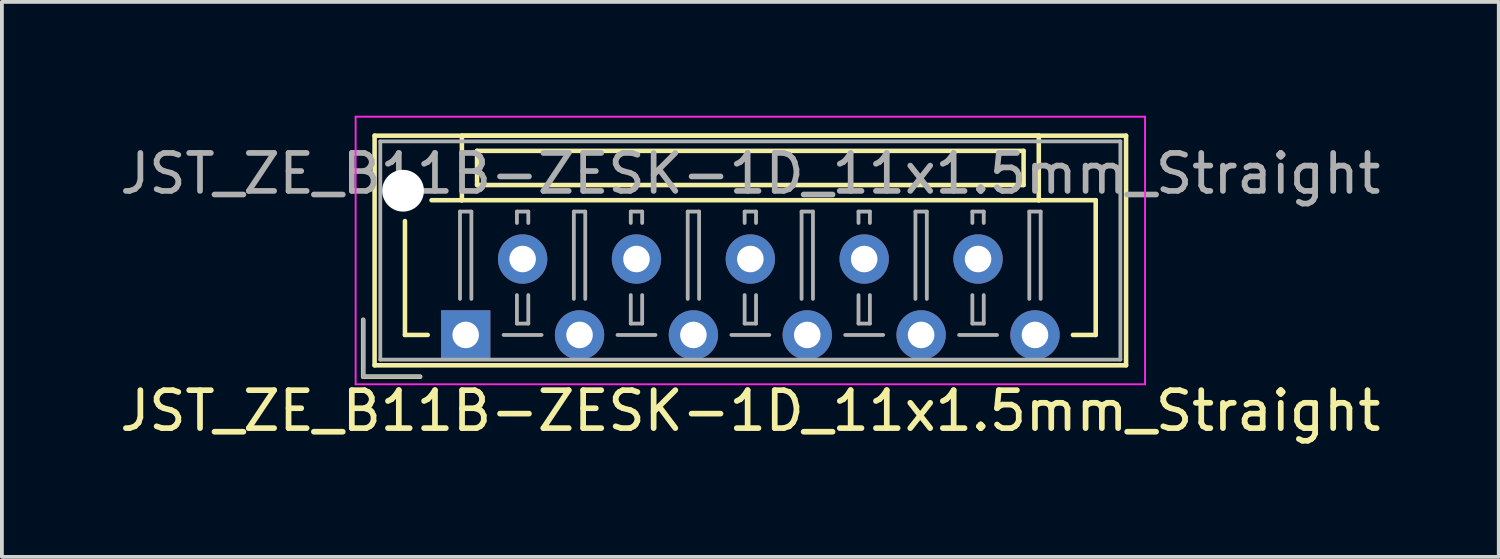
<source format=kicad_pcb>
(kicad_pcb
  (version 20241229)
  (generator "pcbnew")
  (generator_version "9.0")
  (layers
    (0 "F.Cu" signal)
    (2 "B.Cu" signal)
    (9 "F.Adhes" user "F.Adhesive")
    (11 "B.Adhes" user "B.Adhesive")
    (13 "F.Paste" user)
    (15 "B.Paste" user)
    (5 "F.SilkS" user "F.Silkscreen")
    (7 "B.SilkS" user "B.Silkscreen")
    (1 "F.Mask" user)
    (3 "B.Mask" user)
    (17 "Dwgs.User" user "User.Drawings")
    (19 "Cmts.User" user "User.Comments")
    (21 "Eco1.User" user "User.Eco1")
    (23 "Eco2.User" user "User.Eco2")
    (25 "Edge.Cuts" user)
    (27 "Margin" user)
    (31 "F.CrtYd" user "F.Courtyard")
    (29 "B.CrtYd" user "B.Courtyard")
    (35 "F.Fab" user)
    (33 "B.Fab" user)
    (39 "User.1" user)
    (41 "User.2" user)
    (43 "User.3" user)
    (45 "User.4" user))
  (footprint "JST_ZE_B11B-ZESK-1D_11x1.5mm_Straight"
    (layer "F.Cu")
    (at 9.22 5.775)
    (property "Reference" "JST_ZE_B11B-ZESK-1D_11x1.5mm_Straight" (at 7.5 2 0) (layer "F.SilkS") (effects (font (size 1 1) (thickness 0.15))))
    (attr through_hole)
    (fp_line (start -2.7 -0.4) (end -2.7 1.1) (stroke (width 0.12) (type solid)) (layer "F.SilkS"))
    (fp_line (start -2.7 1.1) (end -1.2 1.1) (stroke (width 0.12) (type solid)) (layer "F.SilkS"))
    (fp_line (start -2.4 -5.25) (end -2.4 0.8) (stroke (width 0.12) (type solid)) (layer "F.SilkS"))
    (fp_line (start -2.4 0.8) (end 17.4 0.8) (stroke (width 0.12) (type solid)) (layer "F.SilkS"))
    (fp_line (start -1.6 -3) (end -1.6 0) (stroke (width 0.12) (type solid)) (layer "F.SilkS"))
    (fp_line (start -1.6 0) (end -1 0) (stroke (width 0.12) (type solid)) (layer "F.SilkS"))
    (fp_line (start -0.1 -5.25) (end -0.1 -3.55) (stroke (width 0.12) (type solid)) (layer "F.SilkS"))
    (fp_line (start -0.1 -3.55) (end -0.9 -3.55) (stroke (width 0.12) (type solid)) (layer "F.SilkS"))
    (fp_line (start -0.1 -3.55) (end 15.1 -3.55) (stroke (width 0.12) (type solid)) (layer "F.SilkS"))
    (fp_line (start 0.3 -4.85) (end 0.3 -3.95) (stroke (width 0.12) (type solid)) (layer "F.SilkS"))
    (fp_line (start 0.3 -3.95) (end 14.7 -3.95) (stroke (width 0.12) (type solid)) (layer "F.SilkS"))
    (fp_line (start 14.7 -4.85) (end 0.3 -4.85) (stroke (width 0.12) (type solid)) (layer "F.SilkS"))
    (fp_line (start 14.7 -3.95) (end 14.7 -4.85) (stroke (width 0.12) (type solid)) (layer "F.SilkS"))
    (fp_line (start 15.1 -5.25) (end -0.1 -5.25) (stroke (width 0.12) (type solid)) (layer "F.SilkS"))
    (fp_line (start 15.1 -3.55) (end 15.1 -5.25) (stroke (width 0.12) (type solid)) (layer "F.SilkS"))
    (fp_line (start 15.1 -3.55) (end 16.6 -3.55) (stroke (width 0.12) (type solid)) (layer "F.SilkS"))
    (fp_line (start 16.6 -3.55) (end 16.6 0) (stroke (width 0.12) (type solid)) (layer "F.SilkS"))
    (fp_line (start 16.6 0) (end 16 0) (stroke (width 0.12) (type solid)) (layer "F.SilkS"))
    (fp_line (start 17.4 -5.25) (end -2.4 -5.25) (stroke (width 0.12) (type solid)) (layer "F.SilkS"))
    (fp_line (start 17.4 0.8) (end 17.4 -5.25) (stroke (width 0.12) (type solid)) (layer "F.SilkS"))
    (fp_line (start -2.9 -5.75) (end -2.9 1.3) (stroke (width 0.05) (type solid)) (layer "F.CrtYd"))
    (fp_line (start -2.9 1.3) (end 17.9 1.3) (stroke (width 0.05) (type solid)) (layer "F.CrtYd"))
    (fp_line (start 17.9 -5.75) (end -2.9 -5.75) (stroke (width 0.05) (type solid)) (layer "F.CrtYd"))
    (fp_line (start 17.9 1.3) (end 17.9 -5.75) (stroke (width 0.05) (type solid)) (layer "F.CrtYd"))
    (fp_line (start -2.7 -0.4) (end -2.7 1.1) (stroke (width 0.1) (type solid)) (layer "F.Fab"))
    (fp_line (start -2.7 1.1) (end -1.2 1.1) (stroke (width 0.1) (type solid)) (layer "F.Fab"))
    (fp_line (start -2.25 -5.1) (end -2.25 0.65) (stroke (width 0.1) (type solid)) (layer "F.Fab"))
    (fp_line (start -2.25 0.65) (end 17.25 0.65) (stroke (width 0.1) (type solid)) (layer "F.Fab"))
    (fp_line (start -0.15 -3.25) (end 0.15 -3.25) (stroke (width 0.1) (type solid)) (layer "F.Fab"))
    (fp_line (start -0.15 -0.95) (end -0.15 -3.25) (stroke (width 0.1) (type solid)) (layer "F.Fab"))
    (fp_line (start 0.15 -3.25) (end 0.15 -0.95) (stroke (width 0.1) (type solid)) (layer "F.Fab"))
    (fp_line (start 1 0) (end 2 0) (stroke (width 0.1) (type solid)) (layer "F.Fab"))
    (fp_line (start 1.35 -3.25) (end 1.65 -3.25) (stroke (width 0.1) (type solid)) (layer "F.Fab"))
    (fp_line (start 1.35 -2.95) (end 1.35 -3.25) (stroke (width 0.1) (type solid)) (layer "F.Fab"))
    (fp_line (start 1.35 -1.05) (end 1.35 -0.3) (stroke (width 0.1) (type solid)) (layer "F.Fab"))
    (fp_line (start 1.35 -0.3) (end 1.65 -0.3) (stroke (width 0.1) (type solid)) (layer "F.Fab"))
    (fp_line (start 1.65 -3.25) (end 1.65 -2.95) (stroke (width 0.1) (type solid)) (layer "F.Fab"))
    (fp_line (start 1.65 -0.3) (end 1.65 -1.05) (stroke (width 0.1) (type solid)) (layer "F.Fab"))
    (fp_line (start 2.85 -3.25) (end 3.15 -3.25) (stroke (width 0.1) (type solid)) (layer "F.Fab"))
    (fp_line (start 2.85 -0.95) (end 2.85 -3.25) (stroke (width 0.1) (type solid)) (layer "F.Fab"))
    (fp_line (start 3.15 -3.25) (end 3.15 -0.95) (stroke (width 0.1) (type solid)) (layer "F.Fab"))
    (fp_line (start 4 0) (end 5 0) (stroke (width 0.1) (type solid)) (layer "F.Fab"))
    (fp_line (start 4.35 -3.25) (end 4.65 -3.25) (stroke (width 0.1) (type solid)) (layer "F.Fab"))
    (fp_line (start 4.35 -2.95) (end 4.35 -3.25) (stroke (width 0.1) (type solid)) (layer "F.Fab"))
    (fp_line (start 4.35 -1.05) (end 4.35 -0.3) (stroke (width 0.1) (type solid)) (layer "F.Fab"))
    (fp_line (start 4.35 -0.3) (end 4.65 -0.3) (stroke (width 0.1) (type solid)) (layer "F.Fab"))
    (fp_line (start 4.65 -3.25) (end 4.65 -2.95) (stroke (width 0.1) (type solid)) (layer "F.Fab"))
    (fp_line (start 4.65 -0.3) (end 4.65 -1.05) (stroke (width 0.1) (type solid)) (layer "F.Fab"))
    (fp_line (start 5.85 -3.25) (end 6.15 -3.25) (stroke (width 0.1) (type solid)) (layer "F.Fab"))
    (fp_line (start 5.85 -0.95) (end 5.85 -3.25) (stroke (width 0.1) (type solid)) (layer "F.Fab"))
    (fp_line (start 6.15 -3.25) (end 6.15 -0.95) (stroke (width 0.1) (type solid)) (layer "F.Fab"))
    (fp_line (start 7 0) (end 8 0) (stroke (width 0.1) (type solid)) (layer "F.Fab"))
    (fp_line (start 7.35 -3.25) (end 7.65 -3.25) (stroke (width 0.1) (type solid)) (layer "F.Fab"))
    (fp_line (start 7.35 -2.95) (end 7.35 -3.25) (stroke (width 0.1) (type solid)) (layer "F.Fab"))
    (fp_line (start 7.35 -1.05) (end 7.35 -0.3) (stroke (width 0.1) (type solid)) (layer "F.Fab"))
    (fp_line (start 7.35 -0.3) (end 7.65 -0.3) (stroke (width 0.1) (type solid)) (layer "F.Fab"))
    (fp_line (start 7.65 -3.25) (end 7.65 -2.95) (stroke (width 0.1) (type solid)) (layer "F.Fab"))
    (fp_line (start 7.65 -0.3) (end 7.65 -1.05) (stroke (width 0.1) (type solid)) (layer "F.Fab"))
    (fp_line (start 8.85 -3.25) (end 9.15 -3.25) (stroke (width 0.1) (type solid)) (layer "F.Fab"))
    (fp_line (start 8.85 -0.95) (end 8.85 -3.25) (stroke (width 0.1) (type solid)) (layer "F.Fab"))
    (fp_line (start 9.15 -3.25) (end 9.15 -0.95) (stroke (width 0.1) (type solid)) (layer "F.Fab"))
    (fp_line (start 10 0) (end 11 0) (stroke (width 0.1) (type solid)) (layer "F.Fab"))
    (fp_line (start 10.35 -3.25) (end 10.65 -3.25) (stroke (width 0.1) (type solid)) (layer "F.Fab"))
    (fp_line (start 10.35 -2.95) (end 10.35 -3.25) (stroke (width 0.1) (type solid)) (layer "F.Fab"))
    (fp_line (start 10.35 -1.05) (end 10.35 -0.3) (stroke (width 0.1) (type solid)) (layer "F.Fab"))
    (fp_line (start 10.35 -0.3) (end 10.65 -0.3) (stroke (width 0.1) (type solid)) (layer "F.Fab"))
    (fp_line (start 10.65 -3.25) (end 10.65 -2.95) (stroke (width 0.1) (type solid)) (layer "F.Fab"))
    (fp_line (start 10.65 -0.3) (end 10.65 -1.05) (stroke (width 0.1) (type solid)) (layer "F.Fab"))
    (fp_line (start 11.85 -3.25) (end 12.15 -3.25) (stroke (width 0.1) (type solid)) (layer "F.Fab"))
    (fp_line (start 11.85 -0.95) (end 11.85 -3.25) (stroke (width 0.1) (type solid)) (layer "F.Fab"))
    (fp_line (start 12.15 -3.25) (end 12.15 -0.95) (stroke (width 0.1) (type solid)) (layer "F.Fab"))
    (fp_line (start 13 0) (end 14 0) (stroke (width 0.1) (type solid)) (layer "F.Fab"))
    (fp_line (start 13.35 -3.25) (end 13.65 -3.25) (stroke (width 0.1) (type solid)) (layer "F.Fab"))
    (fp_line (start 13.35 -2.95) (end 13.35 -3.25) (stroke (width 0.1) (type solid)) (layer "F.Fab"))
    (fp_line (start 13.35 -1.05) (end 13.35 -0.3) (stroke (width 0.1) (type solid)) (layer "F.Fab"))
    (fp_line (start 13.35 -0.3) (end 13.65 -0.3) (stroke (width 0.1) (type solid)) (layer "F.Fab"))
    (fp_line (start 13.65 -3.25) (end 13.65 -2.95) (stroke (width 0.1) (type solid)) (layer "F.Fab"))
    (fp_line (start 13.65 -0.3) (end 13.65 -1.05) (stroke (width 0.1) (type solid)) (layer "F.Fab"))
    (fp_line (start 14.85 -3.25) (end 15.15 -3.25) (stroke (width 0.1) (type solid)) (layer "F.Fab"))
    (fp_line (start 14.85 -0.95) (end 14.85 -3.25) (stroke (width 0.1) (type solid)) (layer "F.Fab"))
    (fp_line (start 15.15 -3.25) (end 15.15 -0.95) (stroke (width 0.1) (type solid)) (layer "F.Fab"))
    (fp_line (start 17.25 -5.1) (end -2.25 -5.1) (stroke (width 0.1) (type solid)) (layer "F.Fab"))
    (fp_line (start 17.25 0.65) (end 17.25 -5.1) (stroke (width 0.1) (type solid)) (layer "F.Fab"))
    (fp_text user "${REFERENCE}" (at 7.5 -4.25 0) (layer "F.Fab") (effects (font (size 1 1) (thickness 0.15))))
    (pad "" np_thru_hole circle (at -1.65 -3.8) (size 1.1 1.1) (drill 1.1) (layers "*.Cu"))
    (pad "1" thru_hole rect (at 0 0) (size 1.3 1.3) (drill 0.7) (layers "*.Cu" "*.Mask"))
    (pad "2" thru_hole circle (at 1.5 -2) (size 1.3 1.3) (drill 0.7) (layers "*.Cu" "*.Mask"))
    (pad "3" thru_hole circle (at 3 0) (size 1.3 1.3) (drill 0.7) (layers "*.Cu" "*.Mask"))
    (pad "4" thru_hole circle (at 4.5 -2) (size 1.3 1.3) (drill 0.7) (layers "*.Cu" "*.Mask"))
    (pad "5" thru_hole circle (at 6 0) (size 1.3 1.3) (drill 0.7) (layers "*.Cu" "*.Mask"))
    (pad "6" thru_hole circle (at 7.5 -2) (size 1.3 1.3) (drill 0.7) (layers "*.Cu" "*.Mask"))
    (pad "7" thru_hole circle (at 9 0) (size 1.3 1.3) (drill 0.7) (layers "*.Cu" "*.Mask"))
    (pad "8" thru_hole circle (at 10.5 -2) (size 1.3 1.3) (drill 0.7) (layers "*.Cu" "*.Mask"))
    (pad "9" thru_hole circle (at 12 0) (size 1.3 1.3) (drill 0.7) (layers "*.Cu" "*.Mask"))
    (pad "10" thru_hole circle (at 13.5 -2) (size 1.3 1.3) (drill 0.7) (layers "*.Cu" "*.Mask"))
    (pad "11" thru_hole circle (at 15 0) (size 1.3 1.3) (drill 0.7) (layers "*.Cu" "*.Mask")))
  (gr_rect
    (start -3 -3)
    (end 36.44 11.623)
    (stroke (width 0.1) (type default))
    (fill no)
    (layer "Edge.Cuts")))
</source>
